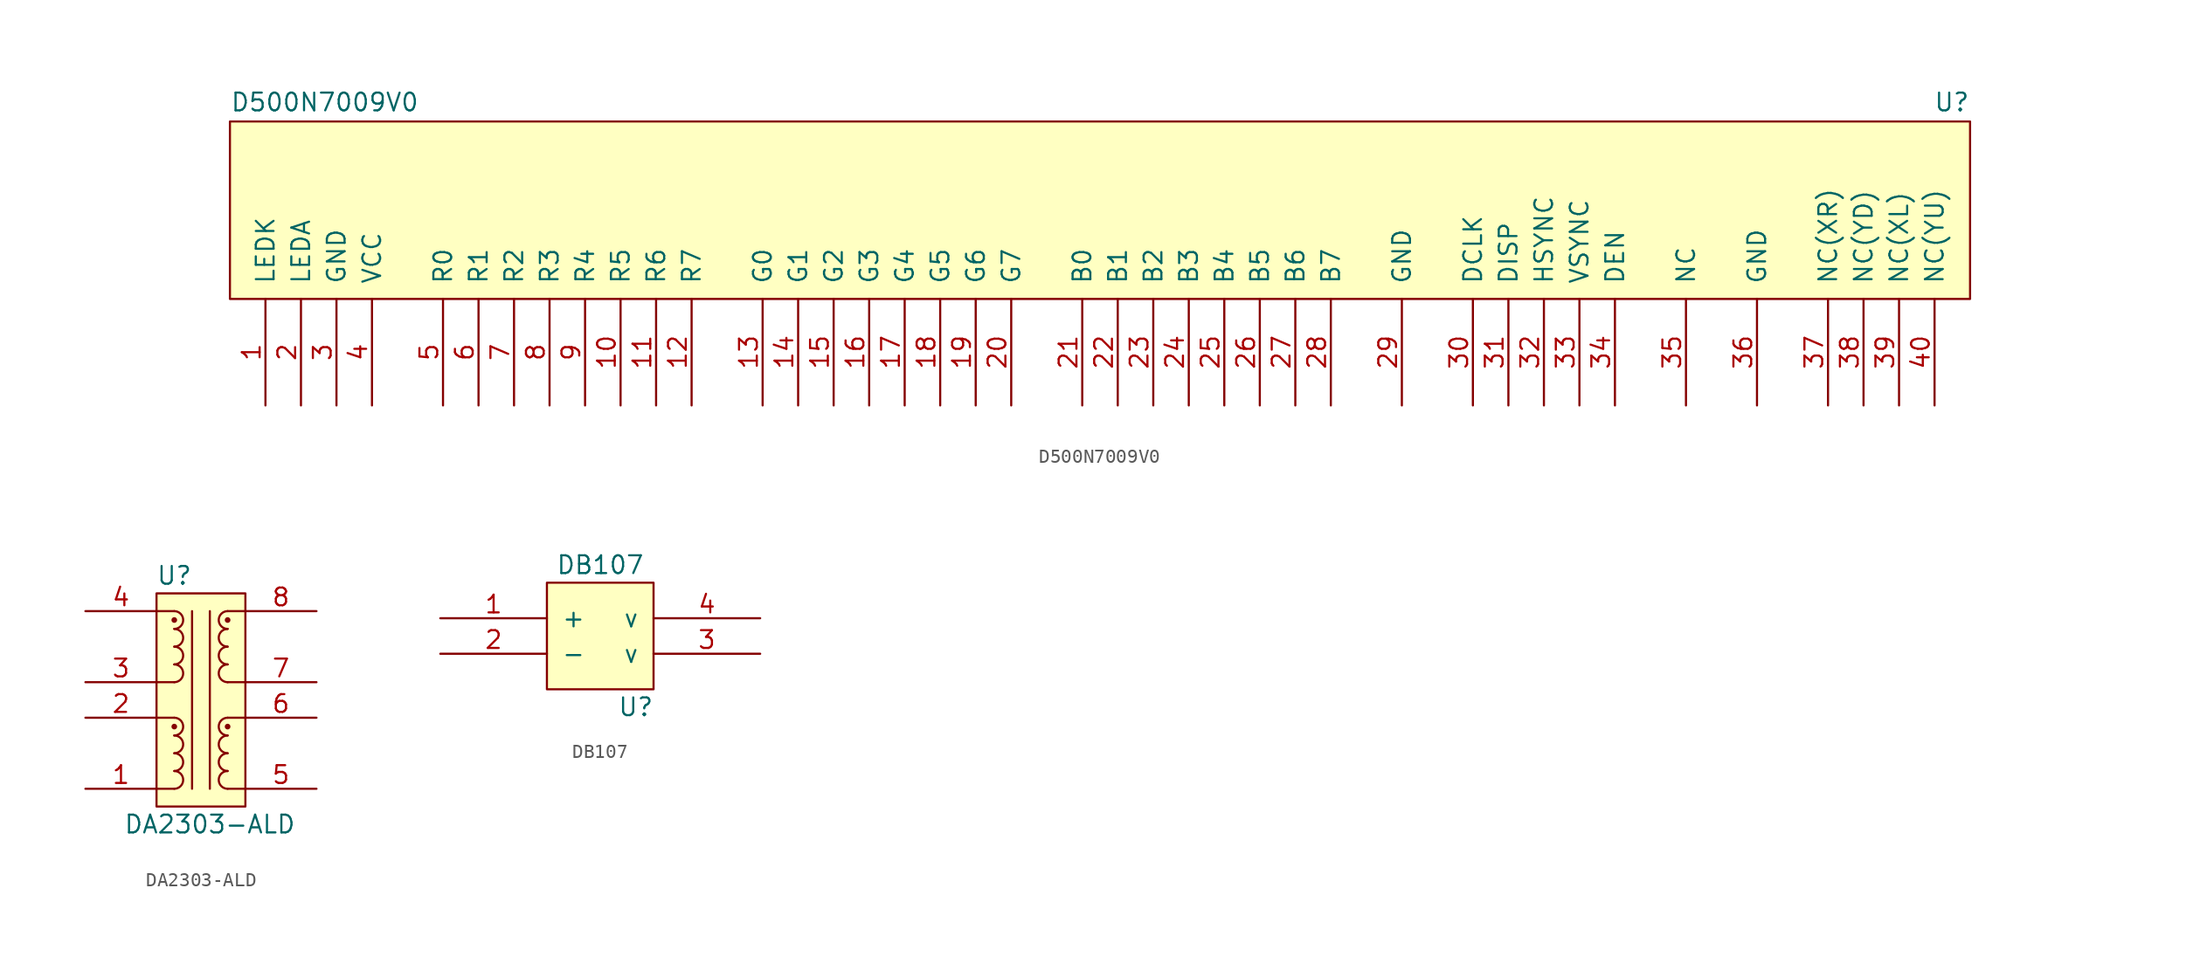
<source format=kicad_sym>
(kicad_symbol_lib
  (version 20211014)
  (generator kicad_symbol_editor)
  (symbol "D500N7009V0"
    (pin_names
      (offset 1.016))
    (property "Reference" "U"
      (at 121.92 13.335 0)
      (effects (font (size 1.27 1.27)) (justify right bottom)))
    (property "Value" "D500N7009V0"
      (at -2.54 13.335 0)
      (effects (font (size 1.27 1.27)) (justify left bottom)))
    (symbol "D500N7009V0_0_1"
      (rectangle (start 121.92 0) (end -2.54 12.7) (stroke (width 0) (type default) (color 0 0 0 0)) (fill (type background))))
    (symbol "D500N7009V0_1_1"
      (pin input line (at 0 -7.62 90) (length 7.62) (name "LEDK" (effects (font (size 1.27 1.27)))) (number "1" (effects (font (size 1.27 1.27)))))
      (pin input line (at 25.4 -7.62 90) (length 7.62) (name "R5" (effects (font (size 1.27 1.27)))) (number "10" (effects (font (size 1.27 1.27)))))
      (pin input line (at 27.94 -7.62 90) (length 7.62) (name "R6" (effects (font (size 1.27 1.27)))) (number "11" (effects (font (size 1.27 1.27)))))
      (pin input line (at 30.48 -7.62 90) (length 7.62) (name "R7" (effects (font (size 1.27 1.27)))) (number "12" (effects (font (size 1.27 1.27)))))
      (pin input line (at 35.56 -7.62 90) (length 7.62) (name "G0" (effects (font (size 1.27 1.27)))) (number "13" (effects (font (size 1.27 1.27)))))
      (pin input line (at 38.1 -7.62 90) (length 7.62) (name "G1" (effects (font (size 1.27 1.27)))) (number "14" (effects (font (size 1.27 1.27)))))
      (pin input line (at 40.64 -7.62 90) (length 7.62) (name "G2" (effects (font (size 1.27 1.27)))) (number "15" (effects (font (size 1.27 1.27)))))
      (pin input line (at 43.18 -7.62 90) (length 7.62) (name "G3" (effects (font (size 1.27 1.27)))) (number "16" (effects (font (size 1.27 1.27)))))
      (pin input line (at 45.72 -7.62 90) (length 7.62) (name "G4" (effects (font (size 1.27 1.27)))) (number "17" (effects (font (size 1.27 1.27)))))
      (pin input line (at 48.26 -7.62 90) (length 7.62) (name "G5" (effects (font (size 1.27 1.27)))) (number "18" (effects (font (size 1.27 1.27)))))
      (pin input line (at 50.8 -7.62 90) (length 7.62) (name "G6" (effects (font (size 1.27 1.27)))) (number "19" (effects (font (size 1.27 1.27)))))
      (pin input line (at 2.54 -7.62 90) (length 7.62) (name "LEDA" (effects (font (size 1.27 1.27)))) (number "2" (effects (font (size 1.27 1.27)))))
      (pin input line (at 53.34 -7.62 90) (length 7.62) (name "G7" (effects (font (size 1.27 1.27)))) (number "20" (effects (font (size 1.27 1.27)))))
      (pin input line (at 58.42 -7.62 90) (length 7.62) (name "B0" (effects (font (size 1.27 1.27)))) (number "21" (effects (font (size 1.27 1.27)))))
      (pin input line (at 60.96 -7.62 90) (length 7.62) (name "B1" (effects (font (size 1.27 1.27)))) (number "22" (effects (font (size 1.27 1.27)))))
      (pin input line (at 63.5 -7.62 90) (length 7.62) (name "B2" (effects (font (size 1.27 1.27)))) (number "23" (effects (font (size 1.27 1.27)))))
      (pin input line (at 66.04 -7.62 90) (length 7.62) (name "B3" (effects (font (size 1.27 1.27)))) (number "24" (effects (font (size 1.27 1.27)))))
      (pin input line (at 68.58 -7.62 90) (length 7.62) (name "B4" (effects (font (size 1.27 1.27)))) (number "25" (effects (font (size 1.27 1.27)))))
      (pin input line (at 71.12 -7.62 90) (length 7.62) (name "B5" (effects (font (size 1.27 1.27)))) (number "26" (effects (font (size 1.27 1.27)))))
      (pin input line (at 73.66 -7.62 90) (length 7.62) (name "B6" (effects (font (size 1.27 1.27)))) (number "27" (effects (font (size 1.27 1.27)))))
      (pin input line (at 76.2 -7.62 90) (length 7.62) (name "B7" (effects (font (size 1.27 1.27)))) (number "28" (effects (font (size 1.27 1.27)))))
      (pin input line (at 81.28 -7.62 90) (length 7.62) (name "GND" (effects (font (size 1.27 1.27)))) (number "29" (effects (font (size 1.27 1.27)))))
      (pin input line (at 5.08 -7.62 90) (length 7.62) (name "GND" (effects (font (size 1.27 1.27)))) (number "3" (effects (font (size 1.27 1.27)))))
      (pin input line (at 86.36 -7.62 90) (length 7.62) (name "DCLK" (effects (font (size 1.27 1.27)))) (number "30" (effects (font (size 1.27 1.27)))))
      (pin input line (at 88.9 -7.62 90) (length 7.62) (name "DISP" (effects (font (size 1.27 1.27)))) (number "31" (effects (font (size 1.27 1.27)))))
      (pin input line (at 91.44 -7.62 90) (length 7.62) (name "HSYNC" (effects (font (size 1.27 1.27)))) (number "32" (effects (font (size 1.27 1.27)))))
      (pin input line (at 93.98 -7.62 90) (length 7.62) (name "VSYNC" (effects (font (size 1.27 1.27)))) (number "33" (effects (font (size 1.27 1.27)))))
      (pin input line (at 96.52 -7.62 90) (length 7.62) (name "DEN" (effects (font (size 1.27 1.27)))) (number "34" (effects (font (size 1.27 1.27)))))
      (pin input line (at 101.6 -7.62 90) (length 7.62) (name "NC" (effects (font (size 1.27 1.27)))) (number "35" (effects (font (size 1.27 1.27)))))
      (pin input line (at 106.68 -7.62 90) (length 7.62) (name "GND" (effects (font (size 1.27 1.27)))) (number "36" (effects (font (size 1.27 1.27)))))
      (pin input line (at 111.76 -7.62 90) (length 7.62) (name "NC(XR)" (effects (font (size 1.27 1.27)))) (number "37" (effects (font (size 1.27 1.27)))))
      (pin input line (at 114.3 -7.62 90) (length 7.62) (name "NC(YD)" (effects (font (size 1.27 1.27)))) (number "38" (effects (font (size 1.27 1.27)))))
      (pin input line (at 116.84 -7.62 90) (length 7.62) (name "NC(XL)" (effects (font (size 1.27 1.27)))) (number "39" (effects (font (size 1.27 1.27)))))
      (pin input line (at 7.62 -7.62 90) (length 7.62) (name "VCC" (effects (font (size 1.27 1.27)))) (number "4" (effects (font (size 1.27 1.27)))))
      (pin input line (at 119.38 -7.62 90) (length 7.62) (name "NC(YU)" (effects (font (size 1.27 1.27)))) (number "40" (effects (font (size 1.27 1.27)))))
      (pin input line (at 12.7 -7.62 90) (length 7.62) (name "R0" (effects (font (size 1.27 1.27)))) (number "5" (effects (font (size 1.27 1.27)))))
      (pin input line (at 15.24 -7.62 90) (length 7.62) (name "R1" (effects (font (size 1.27 1.27)))) (number "6" (effects (font (size 1.27 1.27)))))
      (pin input line (at 17.78 -7.62 90) (length 7.62) (name "R2" (effects (font (size 1.27 1.27)))) (number "7" (effects (font (size 1.27 1.27)))))
      (pin input line (at 20.32 -7.62 90) (length 7.62) (name "R3" (effects (font (size 1.27 1.27)))) (number "8" (effects (font (size 1.27 1.27)))))
      (pin input line (at 22.86 -7.62 90) (length 7.62) (name "R4" (effects (font (size 1.27 1.27)))) (number "9" (effects (font (size 1.27 1.27)))))))
  (symbol "DA2303-ALD"
    (pin_names
      (offset 1.016))
    (property "Reference" "U"
      (at 1.27 2.54 0)
      (effects (font (size 1.27 1.27))))
    (property "Value" "DA2303-ALD"
      (at 3.81 -15.24 0)
      (effects (font (size 1.27 1.27))))
    (symbol "DA2303-ALD_0_1"
      (polyline (pts (xy 0 -7.62) (xy 1.27 -7.62)) (stroke (width 0) (type default) (color 0 0 0 0)) (fill (type none)))
      (polyline (pts (xy 1.27 -12.7) (xy 0 -12.7)) (stroke (width 0) (type default) (color 0 0 0 0)) (fill (type none)))
      (polyline (pts (xy 2.54 0) (xy 2.54 -12.7)) (stroke (width 0) (type default) (color 0 0 0 0)) (fill (type none)))
      (polyline (pts (xy 3.81 -12.7) (xy 3.81 0)) (stroke (width 0) (type default) (color 0 0 0 0)) (fill (type none)))
      (rectangle (start 0 1.27) (end 6.35 -13.97) (stroke (width 0) (type default) (color 0 0 0 0)) (fill (type background)))
      (arc (start 1.27 -12.7) (mid 1.905 -12.065) (end 1.27 -11.43) (stroke (width 0) (type default) (color 0 0 0 0)) (fill (type none)))
      (arc (start 1.27 -11.43) (mid 1.905 -10.795) (end 1.27 -10.16) (stroke (width 0) (type default) (color 0 0 0 0)) (fill (type none)))
      (arc (start 1.27 -10.16) (mid 1.905 -9.525) (end 1.27 -8.89) (stroke (width 0) (type default) (color 0 0 0 0)) (fill (type none)))
      (arc (start 1.27 -8.89) (mid 1.905 -8.255) (end 1.27 -7.62) (stroke (width 0) (type default) (color 0 0 0 0)) (fill (type none)))
      (circle (center 1.27 -8.255) (radius 0.127) (stroke (width 0) (type default) (color 0 0 0 0)) (fill (type outline))))
    (symbol "DA2303-ALD_1_1"
      (polyline (pts (xy 0 0) (xy 1.27 0)) (stroke (width 0) (type default) (color 0 0 0 0)) (fill (type none)))
      (polyline (pts (xy 1.27 -5.08) (xy 0 -5.08)) (stroke (width 0) (type default) (color 0 0 0 0)) (fill (type none)))
      (polyline (pts (xy 5.08 -12.7) (xy 6.35 -12.7)) (stroke (width 0) (type default) (color 0 0 0 0)) (fill (type none)))
      (polyline (pts (xy 5.08 -5.08) (xy 6.35 -5.08)) (stroke (width 0) (type default) (color 0 0 0 0)) (fill (type none)))
      (polyline (pts (xy 6.35 -7.62) (xy 5.08 -7.62)) (stroke (width 0) (type default) (color 0 0 0 0)) (fill (type none)))
      (polyline (pts (xy 6.35 0) (xy 5.08 0)) (stroke (width 0) (type default) (color 0 0 0 0)) (fill (type none)))
      (arc (start 1.27 -5.08) (mid 1.905 -4.445) (end 1.27 -3.81) (stroke (width 0) (type default) (color 0 0 0 0)) (fill (type none)))
      (arc (start 1.27 -3.81) (mid 1.905 -3.175) (end 1.27 -2.54) (stroke (width 0) (type default) (color 0 0 0 0)) (fill (type none)))
      (arc (start 1.27 -2.54) (mid 1.905 -1.905) (end 1.27 -1.27) (stroke (width 0) (type default) (color 0 0 0 0)) (fill (type none)))
      (arc (start 1.27 -1.27) (mid 1.905 -0.635) (end 1.27 0) (stroke (width 0) (type default) (color 0 0 0 0)) (fill (type none)))
      (circle (center 1.27 -0.635) (radius 0.127) (stroke (width 0) (type default) (color 0 0 0 0)) (fill (type outline)))
      (arc (start 5.08 -11.43) (mid 4.445 -12.065) (end 5.08 -12.7) (stroke (width 0) (type default) (color 0 0 0 0)) (fill (type none)))
      (arc (start 5.08 -10.16) (mid 4.445 -10.795) (end 5.08 -11.43) (stroke (width 0) (type default) (color 0 0 0 0)) (fill (type none)))
      (arc (start 5.08 -8.89) (mid 4.445 -9.525) (end 5.08 -10.16) (stroke (width 0) (type default) (color 0 0 0 0)) (fill (type none)))
      (circle (center 5.08 -8.255) (radius 0.127) (stroke (width 0) (type default) (color 0 0 0 0)) (fill (type outline)))
      (arc (start 5.08 -7.62) (mid 4.445 -8.255) (end 5.08 -8.89) (stroke (width 0) (type default) (color 0 0 0 0)) (fill (type none)))
      (arc (start 5.08 -3.81) (mid 4.445 -4.445) (end 5.08 -5.08) (stroke (width 0) (type default) (color 0 0 0 0)) (fill (type none)))
      (arc (start 5.08 -2.54) (mid 4.445 -3.175) (end 5.08 -3.81) (stroke (width 0) (type default) (color 0 0 0 0)) (fill (type none)))
      (arc (start 5.08 -1.27) (mid 4.445 -1.905) (end 5.08 -2.54) (stroke (width 0) (type default) (color 0 0 0 0)) (fill (type none)))
      (circle (center 5.08 -0.635) (radius 0.127) (stroke (width 0) (type default) (color 0 0 0 0)) (fill (type outline)))
      (arc (start 5.08 0) (mid 4.445 -0.635) (end 5.08 -1.27) (stroke (width 0) (type default) (color 0 0 0 0)) (fill (type none)))
      (pin input line (at -5.08 -12.7 0) (length 5.08) (name "~" (effects (font (size 1.27 1.27)))) (number "1" (effects (font (size 1.27 1.27)))))
      (pin input line (at -5.08 -7.62 0) (length 5.08) (name "~" (effects (font (size 1.27 1.27)))) (number "2" (effects (font (size 1.27 1.27)))))
      (pin input line (at -5.08 -5.08 0) (length 5.08) (name "~" (effects (font (size 1.27 1.27)))) (number "3" (effects (font (size 1.27 1.27)))))
      (pin input line (at -5.08 0 0) (length 5.08) (name "~" (effects (font (size 1.27 1.27)))) (number "4" (effects (font (size 1.27 1.27)))))
      (pin input line (at 11.43 -12.7 180) (length 5.08) (name "~" (effects (font (size 1.27 1.27)))) (number "5" (effects (font (size 1.27 1.27)))))
      (pin input line (at 11.43 -7.62 180) (length 5.08) (name "~" (effects (font (size 1.27 1.27)))) (number "6" (effects (font (size 1.27 1.27)))))
      (pin input line (at 11.43 -5.08 180) (length 5.08) (name "~" (effects (font (size 1.27 1.27)))) (number "7" (effects (font (size 1.27 1.27)))))
      (pin input line (at 11.43 0 180) (length 5.08) (name "~" (effects (font (size 1.27 1.27)))) (number "8" (effects (font (size 1.27 1.27)))))))
  (symbol "DB107"
    (pin_names
      (offset 1.016))
    (property "Reference" "U"
      (at 13.97 -6.35 0)
      (effects (font (size 1.27 1.27))))
    (property "Value" "DB107"
      (at 11.43 3.81 0)
      (effects (font (size 1.27 1.27))))
    (property "Footprint" ""
      (at 0 3.81 0)
      (effects (font (size 1.524 1.524))))
    (property "Datasheet" ""
      (at 0 3.81 0)
      (effects (font (size 1.524 1.524))))
    (symbol "DB107_0_1"
      (rectangle (start 7.62 2.54) (end 15.24 -5.08) (stroke (width 0) (type default) (color 0 0 0 0)) (fill (type background))))
    (symbol "DB107_1_1"
      (pin input line (at 0 0 0) (length 7.62) (name "+" (effects (font (size 1.27 1.27)))) (number "1" (effects (font (size 1.27 1.27)))))
      (pin input line (at 0 -2.54 0) (length 7.62) (name "-" (effects (font (size 1.27 1.27)))) (number "2" (effects (font (size 1.27 1.27)))))
      (pin input line (at 22.86 -2.54 180) (length 7.62) (name "v" (effects (font (size 1.27 1.27)))) (number "3" (effects (font (size 1.27 1.27)))))
      (pin input line (at 22.86 0 180) (length 7.62) (name "v" (effects (font (size 1.27 1.27)))) (number "4" (effects (font (size 1.27 1.27))))))))
</source>
